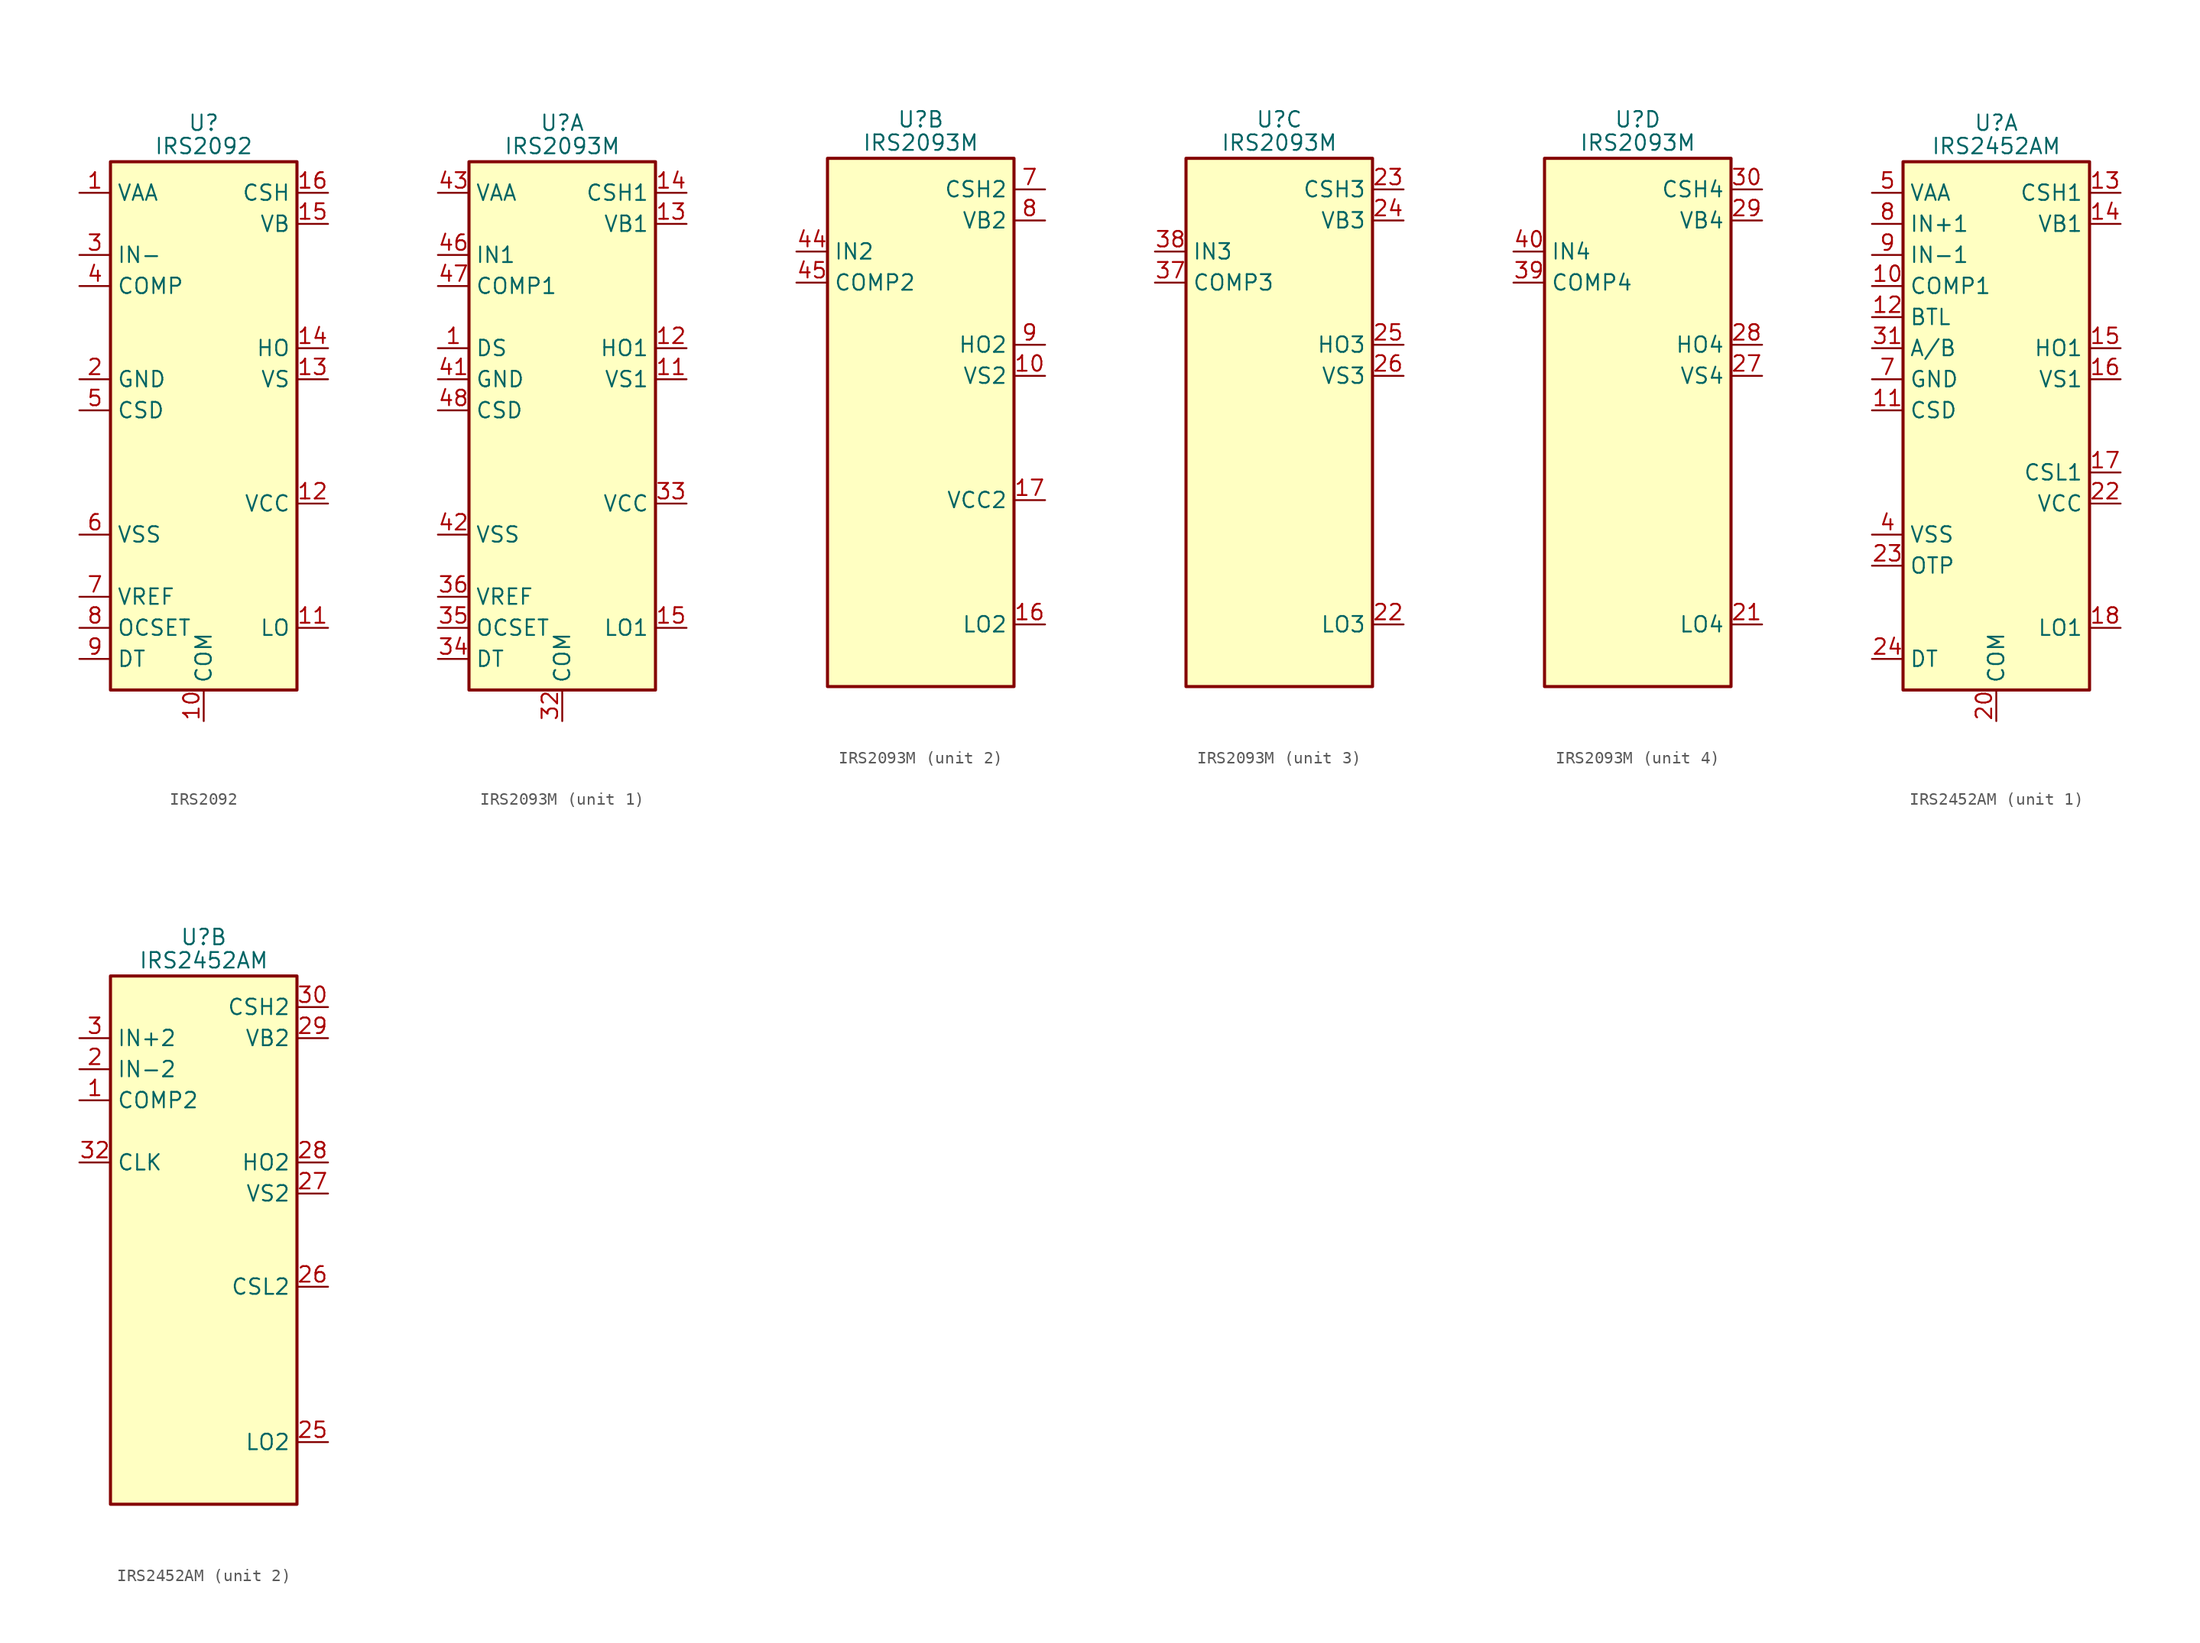
<source format=kicad_sym>
(kicad_symbol_lib
  (version 20241209)
  (generator "kicad_symbol_editor")
  (generator_version "9.0")
  (symbol "IRS2092"
    (property "Reference" "U"
      (at 0 26.035 0)
      (effects (font (size 1.27 1.27))))
    (property "Value" "IRS2092"
      (at 0 24.13 0)
      (effects (font (size 1.27 1.27))))
    (symbol "IRS2092_0_1"
      (rectangle (start -7.62 -20.32) (end 7.62 22.86) (stroke (width 0.254) (type default)) (fill (type background))))
    (symbol "IRS2092_1_1"
      (pin power_in line (at -10.16 20.32 0) (length 2.54) (name "VAA" (effects (font (size 1.27 1.27)))) (number "1" (effects (font (size 1.27 1.27)))))
      (pin input line (at -10.16 15.24 0) (length 2.54) (name "IN-" (effects (font (size 1.27 1.27)))) (number "3" (effects (font (size 1.27 1.27)))))
      (pin output line (at -10.16 12.7 0) (length 2.54) (name "COMP" (effects (font (size 1.27 1.27)))) (number "4" (effects (font (size 1.27 1.27)))))
      (pin power_in line (at -10.16 5.08 0) (length 2.54) (name "GND" (effects (font (size 1.27 1.27)))) (number "2" (effects (font (size 1.27 1.27)))))
      (pin passive line (at -10.16 2.54 0) (length 2.54) (name "CSD" (effects (font (size 1.27 1.27)))) (number "5" (effects (font (size 1.27 1.27)))))
      (pin power_in line (at -10.16 -7.62 0) (length 2.54) (name "VSS" (effects (font (size 1.27 1.27)))) (number "6" (effects (font (size 1.27 1.27)))))
      (pin power_out line (at -10.16 -12.7 0) (length 2.54) (name "VREF" (effects (font (size 1.27 1.27)))) (number "7" (effects (font (size 1.27 1.27)))))
      (pin passive line (at -10.16 -15.24 0) (length 2.54) (name "OCSET" (effects (font (size 1.27 1.27)))) (number "8" (effects (font (size 1.27 1.27)))))
      (pin passive line (at -10.16 -17.78 0) (length 2.54) (name "DT" (effects (font (size 1.27 1.27)))) (number "9" (effects (font (size 1.27 1.27)))))
      (pin power_in line (at 0 -22.86 90) (length 2.54) (name "COM" (effects (font (size 1.27 1.27)))) (number "10" (effects (font (size 1.27 1.27)))))
      (pin passive line (at 10.16 20.32 180) (length 2.54) (name "CSH" (effects (font (size 1.27 1.27)))) (number "16" (effects (font (size 1.27 1.27)))))
      (pin power_in line (at 10.16 17.78 180) (length 2.54) (name "VB" (effects (font (size 1.27 1.27)))) (number "15" (effects (font (size 1.27 1.27)))))
      (pin output line (at 10.16 7.62 180) (length 2.54) (name "HO" (effects (font (size 1.27 1.27)))) (number "14" (effects (font (size 1.27 1.27)))))
      (pin passive line (at 10.16 5.08 180) (length 2.54) (name "VS" (effects (font (size 1.27 1.27)))) (number "13" (effects (font (size 1.27 1.27)))))
      (pin power_in line (at 10.16 -5.08 180) (length 2.54) (name "VCC" (effects (font (size 1.27 1.27)))) (number "12" (effects (font (size 1.27 1.27)))))
      (pin output line (at 10.16 -15.24 180) (length 2.54) (name "LO" (effects (font (size 1.27 1.27)))) (number "11" (effects (font (size 1.27 1.27)))))))
  (symbol "IRS2093M"
    (property "Reference" "U"
      (at 0 26.035 0)
      (effects (font (size 1.27 1.27))))
    (property "Value" "IRS2093M"
      (at 0 24.13 0)
      (effects (font (size 1.27 1.27))))
    (property "ki_locked" ""
      (at 0 0 0)
      (effects (font (size 1.27 1.27))))
    (symbol "IRS2093M_0_1"
      (rectangle (start -7.62 -20.32) (end 7.62 22.86) (stroke (width 0.254) (type default)) (fill (type background))))
    (symbol "IRS2093M_1_1"
      (pin power_in line (at -10.16 20.32 0) (length 2.54) (name "VAA" (effects (font (size 1.27 1.27)))) (number "43" (effects (font (size 1.27 1.27)))))
      (pin input line (at -10.16 15.24 0) (length 2.54) (name "IN1" (effects (font (size 1.27 1.27)))) (number "46" (effects (font (size 1.27 1.27)))))
      (pin output line (at -10.16 12.7 0) (length 2.54) (name "COMP1" (effects (font (size 1.27 1.27)))) (number "47" (effects (font (size 1.27 1.27)))))
      (pin input line (at -10.16 7.62 0) (length 2.54) (name "DS" (effects (font (size 1.27 1.27)))) (number "1" (effects (font (size 1.27 1.27)))))
      (pin power_in line (at -10.16 5.08 0) (length 2.54) (name "GND" (effects (font (size 1.27 1.27)))) (number "41" (effects (font (size 1.27 1.27)))))
      (pin passive line (at -10.16 2.54 0) (length 2.54) (name "CSD" (effects (font (size 1.27 1.27)))) (number "48" (effects (font (size 1.27 1.27)))))
      (pin power_in line (at -10.16 -7.62 0) (length 2.54) (name "VSS" (effects (font (size 1.27 1.27)))) (number "42" (effects (font (size 1.27 1.27)))))
      (pin power_out line (at -10.16 -12.7 0) (length 2.54) (name "VREF" (effects (font (size 1.27 1.27)))) (number "36" (effects (font (size 1.27 1.27)))))
      (pin passive line (at -10.16 -15.24 0) (length 2.54) (name "OCSET" (effects (font (size 1.27 1.27)))) (number "35" (effects (font (size 1.27 1.27)))))
      (pin passive line (at -10.16 -17.78 0) (length 2.54) (name "DT" (effects (font (size 1.27 1.27)))) (number "34" (effects (font (size 1.27 1.27)))))
      (pin no_connect line (at -7.62 17.78 0) (length 2.54) (hide yes) (name "NC" (effects (font (size 1.27 1.27)))) (number "2" (effects (font (size 1.27 1.27)))))
      (pin no_connect line (at -7.62 10.16 0) (length 2.54) (hide yes) (name "NC" (effects (font (size 1.27 1.27)))) (number "3" (effects (font (size 1.27 1.27)))))
      (pin no_connect line (at -7.62 0 0) (length 2.54) (hide yes) (name "NC" (effects (font (size 1.27 1.27)))) (number "4" (effects (font (size 1.27 1.27)))))
      (pin no_connect line (at -7.62 -2.54 0) (length 2.54) (hide yes) (name "NC" (effects (font (size 1.27 1.27)))) (number "5" (effects (font (size 1.27 1.27)))))
      (pin no_connect line (at -7.62 -5.08 0) (length 2.54) (hide yes) (name "NC" (effects (font (size 1.27 1.27)))) (number "6" (effects (font (size 1.27 1.27)))))
      (pin passive line (at 0 -22.86 90) (length 2.54) (hide yes) (name "COM" (effects (font (size 1.27 1.27)))) (number "20" (effects (font (size 1.27 1.27)))))
      (pin power_in line (at 0 -22.86 90) (length 2.54) (name "COM" (effects (font (size 1.27 1.27)))) (number "32" (effects (font (size 1.27 1.27)))))
      (pin passive line (at 0 -22.86 90) (length 2.54) (hide yes) (name "COM" (effects (font (size 1.27 1.27)))) (number "49" (effects (font (size 1.27 1.27)))))
      (pin no_connect line (at 7.62 15.24 180) (length 2.54) (hide yes) (name "NC" (effects (font (size 1.27 1.27)))) (number "18" (effects (font (size 1.27 1.27)))))
      (pin no_connect line (at 7.62 12.7 180) (length 2.54) (hide yes) (name "NC" (effects (font (size 1.27 1.27)))) (number "19" (effects (font (size 1.27 1.27)))))
      (pin no_connect line (at 7.62 10.16 180) (length 2.54) (hide yes) (name "NC" (effects (font (size 1.27 1.27)))) (number "31" (effects (font (size 1.27 1.27)))))
      (pin passive line (at 10.16 20.32 180) (length 2.54) (name "CSH1" (effects (font (size 1.27 1.27)))) (number "14" (effects (font (size 1.27 1.27)))))
      (pin power_in line (at 10.16 17.78 180) (length 2.54) (name "VB1" (effects (font (size 1.27 1.27)))) (number "13" (effects (font (size 1.27 1.27)))))
      (pin output line (at 10.16 7.62 180) (length 2.54) (name "HO1" (effects (font (size 1.27 1.27)))) (number "12" (effects (font (size 1.27 1.27)))))
      (pin passive line (at 10.16 5.08 180) (length 2.54) (name "VS1" (effects (font (size 1.27 1.27)))) (number "11" (effects (font (size 1.27 1.27)))))
      (pin power_in line (at 10.16 -5.08 180) (length 2.54) (name "VCC" (effects (font (size 1.27 1.27)))) (number "33" (effects (font (size 1.27 1.27)))))
      (pin output line (at 10.16 -15.24 180) (length 2.54) (name "LO1" (effects (font (size 1.27 1.27)))) (number "15" (effects (font (size 1.27 1.27))))))
    (symbol "IRS2093M_2_1"
      (pin input line (at -10.16 15.24 0) (length 2.54) (name "IN2" (effects (font (size 1.27 1.27)))) (number "44" (effects (font (size 1.27 1.27)))))
      (pin output line (at -10.16 12.7 0) (length 2.54) (name "COMP2" (effects (font (size 1.27 1.27)))) (number "45" (effects (font (size 1.27 1.27)))))
      (pin passive line (at 10.16 20.32 180) (length 2.54) (name "CSH2" (effects (font (size 1.27 1.27)))) (number "7" (effects (font (size 1.27 1.27)))))
      (pin power_in line (at 10.16 17.78 180) (length 2.54) (name "VB2" (effects (font (size 1.27 1.27)))) (number "8" (effects (font (size 1.27 1.27)))))
      (pin output line (at 10.16 7.62 180) (length 2.54) (name "HO2" (effects (font (size 1.27 1.27)))) (number "9" (effects (font (size 1.27 1.27)))))
      (pin passive line (at 10.16 5.08 180) (length 2.54) (name "VS2" (effects (font (size 1.27 1.27)))) (number "10" (effects (font (size 1.27 1.27)))))
      (pin power_in line (at 10.16 -5.08 180) (length 2.54) (name "VCC2" (effects (font (size 1.27 1.27)))) (number "17" (effects (font (size 1.27 1.27)))))
      (pin output line (at 10.16 -15.24 180) (length 2.54) (name "LO2" (effects (font (size 1.27 1.27)))) (number "16" (effects (font (size 1.27 1.27))))))
    (symbol "IRS2093M_3_1"
      (pin input line (at -10.16 15.24 0) (length 2.54) (name "IN3" (effects (font (size 1.27 1.27)))) (number "38" (effects (font (size 1.27 1.27)))))
      (pin output line (at -10.16 12.7 0) (length 2.54) (name "COMP3" (effects (font (size 1.27 1.27)))) (number "37" (effects (font (size 1.27 1.27)))))
      (pin passive line (at 10.16 20.32 180) (length 2.54) (name "CSH3" (effects (font (size 1.27 1.27)))) (number "23" (effects (font (size 1.27 1.27)))))
      (pin power_in line (at 10.16 17.78 180) (length 2.54) (name "VB3" (effects (font (size 1.27 1.27)))) (number "24" (effects (font (size 1.27 1.27)))))
      (pin output line (at 10.16 7.62 180) (length 2.54) (name "HO3" (effects (font (size 1.27 1.27)))) (number "25" (effects (font (size 1.27 1.27)))))
      (pin passive line (at 10.16 5.08 180) (length 2.54) (name "VS3" (effects (font (size 1.27 1.27)))) (number "26" (effects (font (size 1.27 1.27)))))
      (pin output line (at 10.16 -15.24 180) (length 2.54) (name "LO3" (effects (font (size 1.27 1.27)))) (number "22" (effects (font (size 1.27 1.27))))))
    (symbol "IRS2093M_4_1"
      (pin input line (at -10.16 15.24 0) (length 2.54) (name "IN4" (effects (font (size 1.27 1.27)))) (number "40" (effects (font (size 1.27 1.27)))))
      (pin output line (at -10.16 12.7 0) (length 2.54) (name "COMP4" (effects (font (size 1.27 1.27)))) (number "39" (effects (font (size 1.27 1.27)))))
      (pin passive line (at 10.16 20.32 180) (length 2.54) (name "CSH4" (effects (font (size 1.27 1.27)))) (number "30" (effects (font (size 1.27 1.27)))))
      (pin power_in line (at 10.16 17.78 180) (length 2.54) (name "VB4" (effects (font (size 1.27 1.27)))) (number "29" (effects (font (size 1.27 1.27)))))
      (pin output line (at 10.16 7.62 180) (length 2.54) (name "HO4" (effects (font (size 1.27 1.27)))) (number "28" (effects (font (size 1.27 1.27)))))
      (pin passive line (at 10.16 5.08 180) (length 2.54) (name "VS4" (effects (font (size 1.27 1.27)))) (number "27" (effects (font (size 1.27 1.27)))))
      (pin output line (at 10.16 -15.24 180) (length 2.54) (name "LO4" (effects (font (size 1.27 1.27)))) (number "21" (effects (font (size 1.27 1.27)))))))
  (symbol "IRS2452AM"
    (property "Reference" "U"
      (at 0 26.035 0)
      (effects (font (size 1.27 1.27))))
    (property "Value" "IRS2452AM"
      (at 0 24.13 0)
      (effects (font (size 1.27 1.27))))
    (property "ki_locked" ""
      (at 0 0 0)
      (effects (font (size 1.27 1.27))))
    (symbol "IRS2452AM_0_1"
      (rectangle (start -7.62 -20.32) (end 7.62 22.86) (stroke (width 0.254) (type default)) (fill (type background))))
    (symbol "IRS2452AM_1_1"
      (pin power_in line (at -10.16 20.32 0) (length 2.54) (name "VAA" (effects (font (size 1.27 1.27)))) (number "5" (effects (font (size 1.27 1.27)))))
      (pin input line (at -10.16 17.78 0) (length 2.54) (name "IN+1" (effects (font (size 1.27 1.27)))) (number "8" (effects (font (size 1.27 1.27)))))
      (pin input line (at -10.16 15.24 0) (length 2.54) (name "IN-1" (effects (font (size 1.27 1.27)))) (number "9" (effects (font (size 1.27 1.27)))))
      (pin output line (at -10.16 12.7 0) (length 2.54) (name "COMP1" (effects (font (size 1.27 1.27)))) (number "10" (effects (font (size 1.27 1.27)))))
      (pin input line (at -10.16 10.16 0) (length 2.54) (name "BTL" (effects (font (size 1.27 1.27)))) (number "12" (effects (font (size 1.27 1.27)))))
      (pin input line (at -10.16 7.62 0) (length 2.54) (name "A/B" (effects (font (size 1.27 1.27)))) (number "31" (effects (font (size 1.27 1.27)))))
      (pin power_in line (at -10.16 5.08 0) (length 2.54) (name "GND" (effects (font (size 1.27 1.27)))) (number "7" (effects (font (size 1.27 1.27)))))
      (pin passive line (at -10.16 2.54 0) (length 2.54) (name "CSD" (effects (font (size 1.27 1.27)))) (number "11" (effects (font (size 1.27 1.27)))))
      (pin power_in line (at -10.16 -7.62 0) (length 2.54) (name "VSS" (effects (font (size 1.27 1.27)))) (number "4" (effects (font (size 1.27 1.27)))))
      (pin passive line (at -10.16 -10.16 0) (length 2.54) (name "OTP" (effects (font (size 1.27 1.27)))) (number "23" (effects (font (size 1.27 1.27)))))
      (pin passive line (at -10.16 -17.78 0) (length 2.54) (name "DT" (effects (font (size 1.27 1.27)))) (number "24" (effects (font (size 1.27 1.27)))))
      (pin no_connect line (at -7.62 0 0) (length 2.54) (hide yes) (name "NC" (effects (font (size 1.27 1.27)))) (number "6" (effects (font (size 1.27 1.27)))))
      (pin no_connect line (at -7.62 -2.54 0) (length 2.54) (hide yes) (name "NC" (effects (font (size 1.27 1.27)))) (number "19" (effects (font (size 1.27 1.27)))))
      (pin no_connect line (at -7.62 -5.08 0) (length 2.54) (hide yes) (name "NC" (effects (font (size 1.27 1.27)))) (number "21" (effects (font (size 1.27 1.27)))))
      (pin power_in line (at 0 -22.86 90) (length 2.54) (name "COM" (effects (font (size 1.27 1.27)))) (number "20" (effects (font (size 1.27 1.27)))))
      (pin passive line (at 0 -22.86 90) (length 2.54) (hide yes) (name "COM" (effects (font (size 1.27 1.27)))) (number "33" (effects (font (size 1.27 1.27)))))
      (pin passive line (at 10.16 20.32 180) (length 2.54) (name "CSH1" (effects (font (size 1.27 1.27)))) (number "13" (effects (font (size 1.27 1.27)))))
      (pin power_in line (at 10.16 17.78 180) (length 2.54) (name "VB1" (effects (font (size 1.27 1.27)))) (number "14" (effects (font (size 1.27 1.27)))))
      (pin output line (at 10.16 7.62 180) (length 2.54) (name "HO1" (effects (font (size 1.27 1.27)))) (number "15" (effects (font (size 1.27 1.27)))))
      (pin passive line (at 10.16 5.08 180) (length 2.54) (name "VS1" (effects (font (size 1.27 1.27)))) (number "16" (effects (font (size 1.27 1.27)))))
      (pin passive line (at 10.16 -2.54 180) (length 2.54) (name "CSL1" (effects (font (size 1.27 1.27)))) (number "17" (effects (font (size 1.27 1.27)))))
      (pin power_in line (at 10.16 -5.08 180) (length 2.54) (name "VCC" (effects (font (size 1.27 1.27)))) (number "22" (effects (font (size 1.27 1.27)))))
      (pin output line (at 10.16 -15.24 180) (length 2.54) (name "LO1" (effects (font (size 1.27 1.27)))) (number "18" (effects (font (size 1.27 1.27))))))
    (symbol "IRS2452AM_2_1"
      (pin input line (at -10.16 17.78 0) (length 2.54) (name "IN+2" (effects (font (size 1.27 1.27)))) (number "3" (effects (font (size 1.27 1.27)))))
      (pin input line (at -10.16 15.24 0) (length 2.54) (name "IN-2" (effects (font (size 1.27 1.27)))) (number "2" (effects (font (size 1.27 1.27)))))
      (pin output line (at -10.16 12.7 0) (length 2.54) (name "COMP2" (effects (font (size 1.27 1.27)))) (number "1" (effects (font (size 1.27 1.27)))))
      (pin input line (at -10.16 7.62 0) (length 2.54) (name "CLK" (effects (font (size 1.27 1.27)))) (number "32" (effects (font (size 1.27 1.27)))))
      (pin passive line (at 10.16 20.32 180) (length 2.54) (name "CSH2" (effects (font (size 1.27 1.27)))) (number "30" (effects (font (size 1.27 1.27)))))
      (pin power_in line (at 10.16 17.78 180) (length 2.54) (name "VB2" (effects (font (size 1.27 1.27)))) (number "29" (effects (font (size 1.27 1.27)))))
      (pin output line (at 10.16 7.62 180) (length 2.54) (name "HO2" (effects (font (size 1.27 1.27)))) (number "28" (effects (font (size 1.27 1.27)))))
      (pin passive line (at 10.16 5.08 180) (length 2.54) (name "VS2" (effects (font (size 1.27 1.27)))) (number "27" (effects (font (size 1.27 1.27)))))
      (pin passive line (at 10.16 -2.54 180) (length 2.54) (name "CSL2" (effects (font (size 1.27 1.27)))) (number "26" (effects (font (size 1.27 1.27)))))
      (pin output line (at 10.16 -15.24 180) (length 2.54) (name "LO2" (effects (font (size 1.27 1.27)))) (number "25" (effects (font (size 1.27 1.27))))))))
</source>
